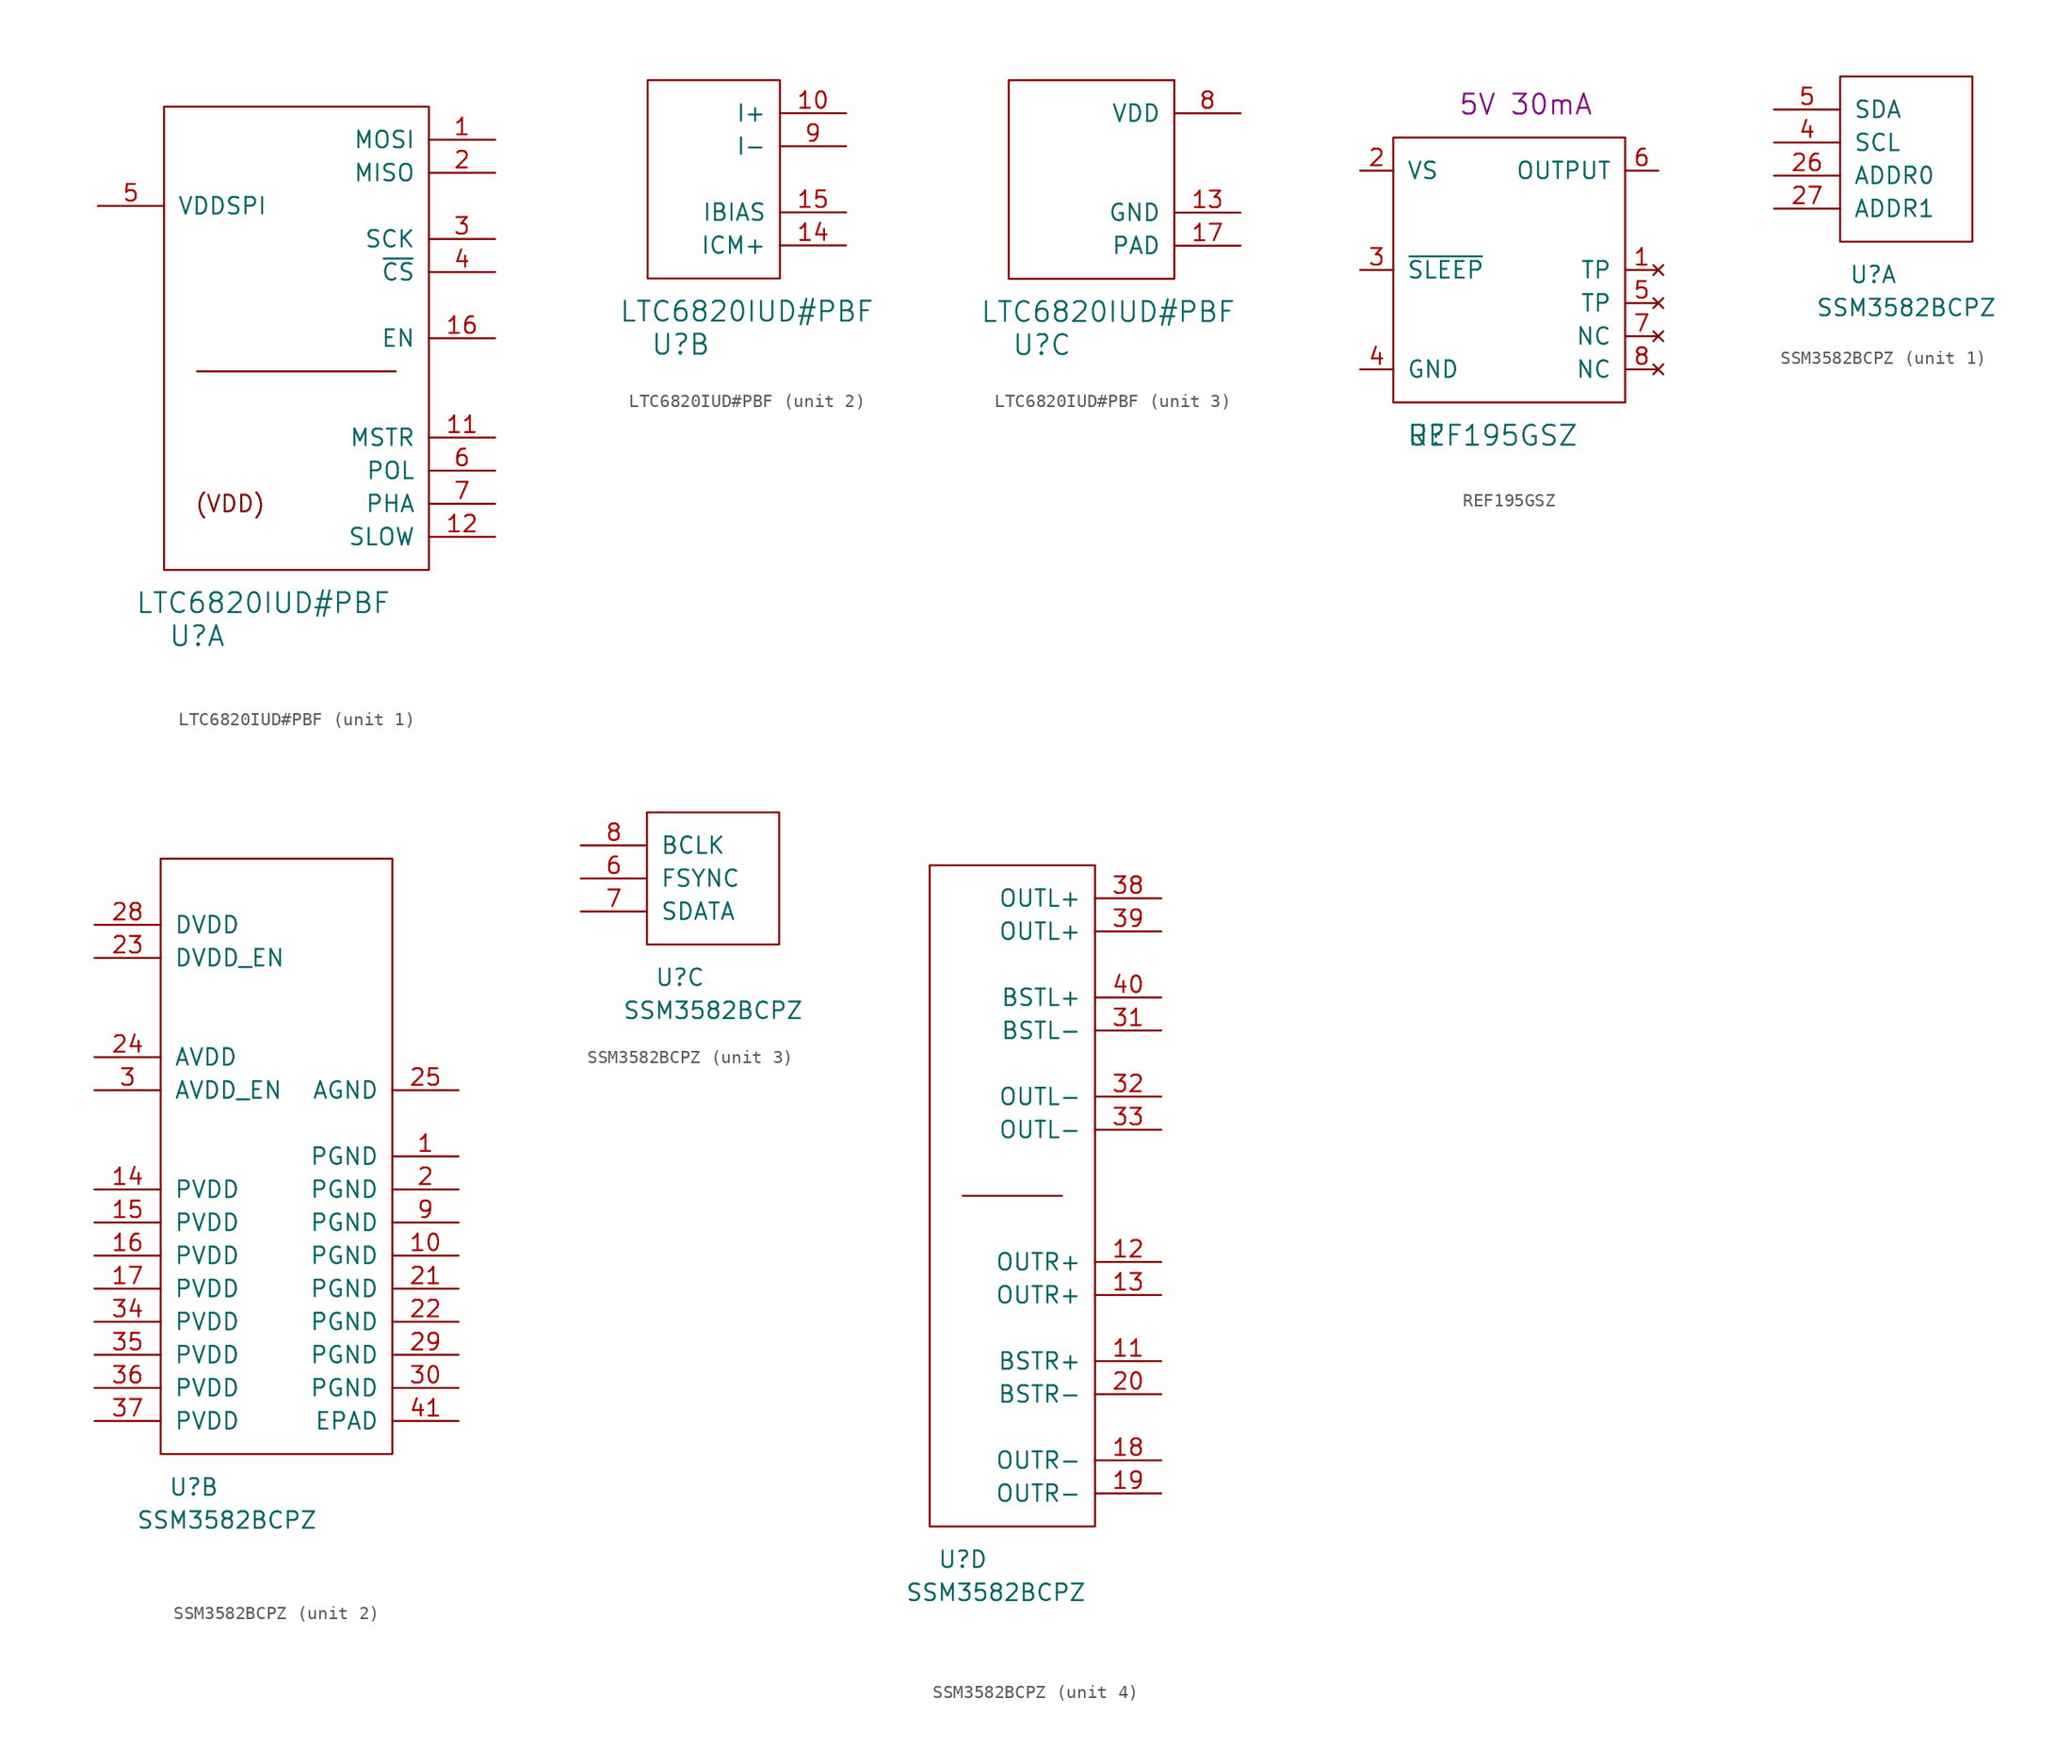
<source format=kicad_sym>
(kicad_symbol_lib
  (version 20220914)
  (generator kicad_symbol_editor)
  (symbol "LTC6820IUD#PBF"
    (pin_names
      (offset 1.016))
    (property "Reference" "U"
      (at 2.54 -5.08 0)
      (effects (font (size 1.524 1.524))))
    (property "Value" "LTC6820IUD#PBF"
      (at 7.62 -2.54 0)
      (effects (font (size 1.524 1.524))))
    (property "ki_locked" ""
      (at 0 0 0)
      (effects (font (size 1.27 1.27))))
    (symbol "LTC6820IUD#PBF_1_0"
      (polyline (pts (xy 17.78 15.24) (xy 2.54 15.24)) (stroke (width 0) (type solid)) (fill (type none))))
    (symbol "LTC6820IUD#PBF_1_1"
      (rectangle (start 0 0) (end 20.32 35.56) (stroke (width 0) (type solid)) (fill (type none)))
      (text "(VDD)" (at 5.08 5.08 0) (effects (font (size 1.27 1.27))))
      (pin input line (at 25.4 33.02 180) (length 5.08) (name "MOSI" (effects (font (size 1.27 1.27)))) (number "1" (effects (font (size 1.27 1.27)))))
      (pin input line (at 25.4 10.16 180) (length 5.08) (name "MSTR" (effects (font (size 1.27 1.27)))) (number "11" (effects (font (size 1.27 1.27)))))
      (pin input line (at 25.4 2.54 180) (length 5.08) (name "SLOW" (effects (font (size 1.27 1.27)))) (number "12" (effects (font (size 1.27 1.27)))))
      (pin input line (at 25.4 17.78 180) (length 5.08) (name "EN" (effects (font (size 1.27 1.27)))) (number "16" (effects (font (size 1.27 1.27)))))
      (pin output line (at 25.4 30.48 180) (length 5.08) (name "MISO" (effects (font (size 1.27 1.27)))) (number "2" (effects (font (size 1.27 1.27)))))
      (pin input line (at 25.4 25.4 180) (length 5.08) (name "SCK" (effects (font (size 1.27 1.27)))) (number "3" (effects (font (size 1.27 1.27)))))
      (pin input line (at 25.4 22.86 180) (length 5.08) (name "~{CS}" (effects (font (size 1.27 1.27)))) (number "4" (effects (font (size 1.27 1.27)))))
      (pin power_in line (at -5.08 27.94 0) (length 5.08) (name "VDDSPI" (effects (font (size 1.27 1.27)))) (number "5" (effects (font (size 1.27 1.27)))))
      (pin input line (at 25.4 7.62 180) (length 5.08) (name "POL" (effects (font (size 1.27 1.27)))) (number "6" (effects (font (size 1.27 1.27)))))
      (pin input line (at 25.4 5.08 180) (length 5.08) (name "PHA" (effects (font (size 1.27 1.27)))) (number "7" (effects (font (size 1.27 1.27))))))
    (symbol "LTC6820IUD#PBF_2_1"
      (rectangle (start 10.16 15.24) (end 0 0) (stroke (width 0) (type solid)) (fill (type none)))
      (pin bidirectional line (at 15.24 12.7 180) (length 5.08) (name "I+" (effects (font (size 1.27 1.27)))) (number "10" (effects (font (size 1.27 1.27)))))
      (pin output line (at 15.24 2.54 180) (length 5.08) (name "ICM+" (effects (font (size 1.27 1.27)))) (number "14" (effects (font (size 1.27 1.27)))))
      (pin output line (at 15.24 5.08 180) (length 5.08) (name "IBIAS" (effects (font (size 1.27 1.27)))) (number "15" (effects (font (size 1.27 1.27)))))
      (pin bidirectional line (at 15.24 10.16 180) (length 5.08) (name "I-" (effects (font (size 1.27 1.27)))) (number "9" (effects (font (size 1.27 1.27))))))
    (symbol "LTC6820IUD#PBF_3_1"
      (rectangle (start 0 0) (end 12.7 15.24) (stroke (width 0) (type solid)) (fill (type none)))
      (pin power_in line (at 17.78 5.08 180) (length 5.08) (name "GND" (effects (font (size 1.27 1.27)))) (number "13" (effects (font (size 1.27 1.27)))))
      (pin power_in line (at 17.78 2.54 180) (length 5.08) (name "PAD" (effects (font (size 1.27 1.27)))) (number "17" (effects (font (size 1.27 1.27)))))
      (pin power_in line (at 17.78 12.7 180) (length 5.08) (name "VDD" (effects (font (size 1.27 1.27)))) (number "8" (effects (font (size 1.27 1.27)))))))
  (symbol "REF195GSZ"
    (pin_names
      (offset 1.016))
    (property "Reference" "U"
      (at 2.54 -2.54 0)
      (effects (font (size 1.524 1.524))))
    (property "Value" "REF195GSZ"
      (at 7.62 -2.54 0)
      (effects (font (size 1.524 1.524))))
    (property "Rating" "5V 30mA"
      (at 10.16 22.86 0)
      (effects (font (size 1.524 1.524))))
    (symbol "REF195GSZ_1_1"
      (rectangle (start 0 0) (end 17.78 20.32) (stroke (width 0) (type solid)) (fill (type none)))
      (pin no_connect line (at 20.32 10.16 180) (length 2.54) (name "TP" (effects (font (size 1.27 1.27)))) (number "1" (effects (font (size 1.27 1.27)))))
      (pin power_in line (at -2.54 17.78 0) (length 2.54) (name "VS" (effects (font (size 1.27 1.27)))) (number "2" (effects (font (size 1.27 1.27)))))
      (pin input line (at -2.54 10.16 0) (length 2.54) (name "~{SLEEP}" (effects (font (size 1.27 1.27)))) (number "3" (effects (font (size 1.27 1.27)))))
      (pin power_in line (at -2.54 2.54 0) (length 2.54) (name "GND" (effects (font (size 1.27 1.27)))) (number "4" (effects (font (size 1.27 1.27)))))
      (pin no_connect line (at 20.32 7.62 180) (length 2.54) (name "TP" (effects (font (size 1.27 1.27)))) (number "5" (effects (font (size 1.27 1.27)))))
      (pin power_out line (at 20.32 17.78 180) (length 2.54) (name "OUTPUT" (effects (font (size 1.27 1.27)))) (number "6" (effects (font (size 1.27 1.27)))))
      (pin no_connect line (at 20.32 5.08 180) (length 2.54) (name "NC" (effects (font (size 1.27 1.27)))) (number "7" (effects (font (size 1.27 1.27)))))
      (pin no_connect line (at 20.32 2.54 180) (length 2.54) (name "NC" (effects (font (size 1.27 1.27)))) (number "8" (effects (font (size 1.27 1.27)))))))
  (symbol "SSM3582BCPZ"
    (pin_names
      (offset 1.016))
    (property "Reference" "U"
      (at 2.54 -2.54 0)
      (effects (font (size 1.27 1.27))))
    (property "Value" "SSM3582BCPZ"
      (at 5.08 -5.08 0)
      (effects (font (size 1.27 1.27))))
    (property "ki_locked" ""
      (at 0 0 0)
      (effects (font (size 1.27 1.27))))
    (symbol "SSM3582BCPZ_1_1"
      (rectangle (start 0 0) (end 10.16 12.7) (stroke (width 0) (type solid)) (fill (type none)))
      (pin input line (at -5.08 5.08 0) (length 5.08) (name "ADDR0" (effects (font (size 1.27 1.27)))) (number "26" (effects (font (size 1.27 1.27)))))
      (pin input line (at -5.08 2.54 0) (length 5.08) (name "ADDR1" (effects (font (size 1.27 1.27)))) (number "27" (effects (font (size 1.27 1.27)))))
      (pin input line (at -5.08 7.62 0) (length 5.08) (name "SCL" (effects (font (size 1.27 1.27)))) (number "4" (effects (font (size 1.27 1.27)))))
      (pin input line (at -5.08 10.16 0) (length 5.08) (name "SDA" (effects (font (size 1.27 1.27)))) (number "5" (effects (font (size 1.27 1.27))))))
    (symbol "SSM3582BCPZ_2_1"
      (rectangle (start 0 0) (end 17.78 45.72) (stroke (width 0) (type solid)) (fill (type none)))
      (pin power_in line (at 22.86 22.86 180) (length 5.08) (name "PGND" (effects (font (size 1.27 1.27)))) (number "1" (effects (font (size 1.27 1.27)))))
      (pin power_in line (at 22.86 15.24 180) (length 5.08) (name "PGND" (effects (font (size 1.27 1.27)))) (number "10" (effects (font (size 1.27 1.27)))))
      (pin power_in line (at -5.08 20.32 0) (length 5.08) (name "PVDD" (effects (font (size 1.27 1.27)))) (number "14" (effects (font (size 1.27 1.27)))))
      (pin power_in line (at -5.08 17.78 0) (length 5.08) (name "PVDD" (effects (font (size 1.27 1.27)))) (number "15" (effects (font (size 1.27 1.27)))))
      (pin power_in line (at -5.08 15.24 0) (length 5.08) (name "PVDD" (effects (font (size 1.27 1.27)))) (number "16" (effects (font (size 1.27 1.27)))))
      (pin power_in line (at -5.08 12.7 0) (length 5.08) (name "PVDD" (effects (font (size 1.27 1.27)))) (number "17" (effects (font (size 1.27 1.27)))))
      (pin power_in line (at 22.86 20.32 180) (length 5.08) (name "PGND" (effects (font (size 1.27 1.27)))) (number "2" (effects (font (size 1.27 1.27)))))
      (pin power_in line (at 22.86 12.7 180) (length 5.08) (name "PGND" (effects (font (size 1.27 1.27)))) (number "21" (effects (font (size 1.27 1.27)))))
      (pin power_in line (at 22.86 10.16 180) (length 5.08) (name "PGND" (effects (font (size 1.27 1.27)))) (number "22" (effects (font (size 1.27 1.27)))))
      (pin input line (at -5.08 38.1 0) (length 5.08) (name "DVDD_EN" (effects (font (size 1.27 1.27)))) (number "23" (effects (font (size 1.27 1.27)))))
      (pin power_in line (at -5.08 30.48 0) (length 5.08) (name "AVDD" (effects (font (size 1.27 1.27)))) (number "24" (effects (font (size 1.27 1.27)))))
      (pin power_in line (at 22.86 27.94 180) (length 5.08) (name "AGND" (effects (font (size 1.27 1.27)))) (number "25" (effects (font (size 1.27 1.27)))))
      (pin power_in line (at -5.08 40.64 0) (length 5.08) (name "DVDD" (effects (font (size 1.27 1.27)))) (number "28" (effects (font (size 1.27 1.27)))))
      (pin power_in line (at 22.86 7.62 180) (length 5.08) (name "PGND" (effects (font (size 1.27 1.27)))) (number "29" (effects (font (size 1.27 1.27)))))
      (pin input line (at -5.08 27.94 0) (length 5.08) (name "AVDD_EN" (effects (font (size 1.27 1.27)))) (number "3" (effects (font (size 1.27 1.27)))))
      (pin power_in line (at 22.86 5.08 180) (length 5.08) (name "PGND" (effects (font (size 1.27 1.27)))) (number "30" (effects (font (size 1.27 1.27)))))
      (pin power_in line (at -5.08 10.16 0) (length 5.08) (name "PVDD" (effects (font (size 1.27 1.27)))) (number "34" (effects (font (size 1.27 1.27)))))
      (pin power_in line (at -5.08 7.62 0) (length 5.08) (name "PVDD" (effects (font (size 1.27 1.27)))) (number "35" (effects (font (size 1.27 1.27)))))
      (pin power_in line (at -5.08 5.08 0) (length 5.08) (name "PVDD" (effects (font (size 1.27 1.27)))) (number "36" (effects (font (size 1.27 1.27)))))
      (pin power_in line (at -5.08 2.54 0) (length 5.08) (name "PVDD" (effects (font (size 1.27 1.27)))) (number "37" (effects (font (size 1.27 1.27)))))
      (pin power_in line (at 22.86 2.54 180) (length 5.08) (name "EPAD" (effects (font (size 1.27 1.27)))) (number "41" (effects (font (size 1.27 1.27)))))
      (pin power_in line (at 22.86 17.78 180) (length 5.08) (name "PGND" (effects (font (size 1.27 1.27)))) (number "9" (effects (font (size 1.27 1.27))))))
    (symbol "SSM3582BCPZ_3_1"
      (rectangle (start 0 0) (end 10.16 10.16) (stroke (width 0) (type solid)) (fill (type none)))
      (pin input line (at -5.08 5.08 0) (length 5.08) (name "FSYNC" (effects (font (size 1.27 1.27)))) (number "6" (effects (font (size 1.27 1.27)))))
      (pin input line (at -5.08 2.54 0) (length 5.08) (name "SDATA" (effects (font (size 1.27 1.27)))) (number "7" (effects (font (size 1.27 1.27)))))
      (pin input line (at -5.08 7.62 0) (length 5.08) (name "BCLK" (effects (font (size 1.27 1.27)))) (number "8" (effects (font (size 1.27 1.27))))))
    (symbol "SSM3582BCPZ_4_1"
      (polyline (pts (xy 2.54 25.4) (xy 10.16 25.4)) (stroke (width 0) (type solid)) (fill (type none)))
      (rectangle (start 0 0) (end 12.7 50.8) (stroke (width 0) (type solid)) (fill (type none)))
      (pin output line (at 17.78 12.7 180) (length 5.08) (name "BSTR+" (effects (font (size 1.27 1.27)))) (number "11" (effects (font (size 1.27 1.27)))))
      (pin output line (at 17.78 20.32 180) (length 5.08) (name "OUTR+" (effects (font (size 1.27 1.27)))) (number "12" (effects (font (size 1.27 1.27)))))
      (pin output line (at 17.78 17.78 180) (length 5.08) (name "OUTR+" (effects (font (size 1.27 1.27)))) (number "13" (effects (font (size 1.27 1.27)))))
      (pin output line (at 17.78 5.08 180) (length 5.08) (name "OUTR-" (effects (font (size 1.27 1.27)))) (number "18" (effects (font (size 1.27 1.27)))))
      (pin output line (at 17.78 2.54 180) (length 5.08) (name "OUTR-" (effects (font (size 1.27 1.27)))) (number "19" (effects (font (size 1.27 1.27)))))
      (pin output line (at 17.78 10.16 180) (length 5.08) (name "BSTR-" (effects (font (size 1.27 1.27)))) (number "20" (effects (font (size 1.27 1.27)))))
      (pin output line (at 17.78 38.1 180) (length 5.08) (name "BSTL-" (effects (font (size 1.27 1.27)))) (number "31" (effects (font (size 1.27 1.27)))))
      (pin output line (at 17.78 33.02 180) (length 5.08) (name "OUTL-" (effects (font (size 1.27 1.27)))) (number "32" (effects (font (size 1.27 1.27)))))
      (pin output line (at 17.78 30.48 180) (length 5.08) (name "OUTL-" (effects (font (size 1.27 1.27)))) (number "33" (effects (font (size 1.27 1.27)))))
      (pin output line (at 17.78 48.26 180) (length 5.08) (name "OUTL+" (effects (font (size 1.27 1.27)))) (number "38" (effects (font (size 1.27 1.27)))))
      (pin output line (at 17.78 45.72 180) (length 5.08) (name "OUTL+" (effects (font (size 1.27 1.27)))) (number "39" (effects (font (size 1.27 1.27)))))
      (pin output line (at 17.78 40.64 180) (length 5.08) (name "BSTL+" (effects (font (size 1.27 1.27)))) (number "40" (effects (font (size 1.27 1.27))))))))
</source>
